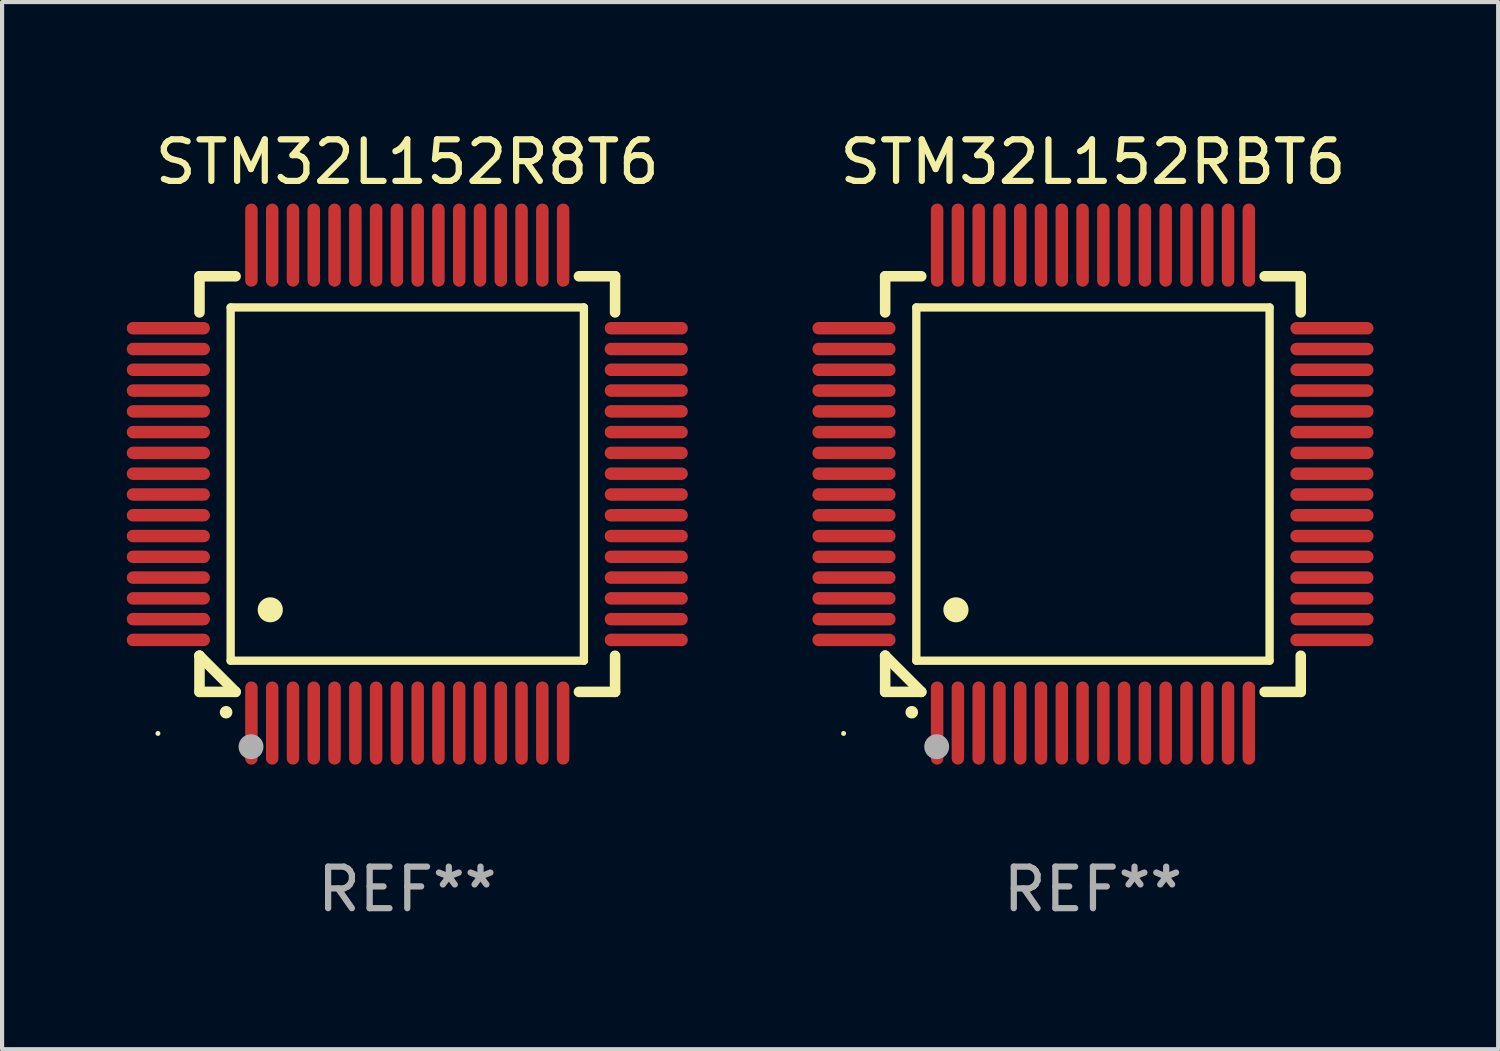
<source format=kicad_pcb>
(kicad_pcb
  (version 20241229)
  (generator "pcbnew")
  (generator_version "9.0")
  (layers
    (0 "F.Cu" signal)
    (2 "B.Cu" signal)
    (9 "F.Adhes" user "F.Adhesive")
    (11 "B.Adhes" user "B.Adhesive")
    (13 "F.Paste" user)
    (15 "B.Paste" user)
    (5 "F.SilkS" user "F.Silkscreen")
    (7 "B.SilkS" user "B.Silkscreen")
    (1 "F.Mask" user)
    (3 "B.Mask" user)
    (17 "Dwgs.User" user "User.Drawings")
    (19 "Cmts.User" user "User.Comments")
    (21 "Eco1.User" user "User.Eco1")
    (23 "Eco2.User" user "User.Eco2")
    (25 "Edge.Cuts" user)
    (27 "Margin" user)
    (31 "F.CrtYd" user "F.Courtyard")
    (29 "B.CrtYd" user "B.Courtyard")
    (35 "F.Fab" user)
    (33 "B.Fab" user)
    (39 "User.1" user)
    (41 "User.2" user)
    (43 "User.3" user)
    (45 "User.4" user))
  (footprint "STM32L152RBT6"
    (layer "F.Cu")
    (at 23.249 8.598)
    (property "Reference" "STM32L152RBT6" (at 0 -7.75 0) (layer "F.SilkS") (effects (font (size 1 1) (thickness 0.15))))
    (attr through_hole)
    (fp_line (start -5 -5) (end -4.131 -5) (stroke (width 0.254) (type solid)) (layer "F.SilkS"))
    (fp_line (start -5 -4.131) (end -5 -5) (stroke (width 0.254) (type solid)) (layer "F.SilkS"))
    (fp_line (start -5 4.131) (end -5 4.131) (stroke (width 0.254) (type solid)) (layer "F.SilkS"))
    (fp_line (start -5 5) (end -5 4.131) (stroke (width 0.254) (type solid)) (layer "F.SilkS"))
    (fp_line (start -5 4.131) (end -4.131 5) (stroke (width 0.254) (type solid)) (layer "F.SilkS"))
    (fp_line (start -4.25 -4.25) (end -4.25 4.25) (stroke (width 0.2) (type solid)) (layer "F.SilkS"))
    (fp_line (start -4.25 4.25) (end 4.25 4.25) (stroke (width 0.2) (type solid)) (layer "F.SilkS"))
    (fp_line (start -4.131 5) (end -5 5) (stroke (width 0.254) (type solid)) (layer "F.SilkS"))
    (fp_line (start 4.25 -4.25) (end -4.25 -4.25) (stroke (width 0.2) (type solid)) (layer "F.SilkS"))
    (fp_line (start 4.25 4.25) (end 4.25 -4.25) (stroke (width 0.2) (type solid)) (layer "F.SilkS"))
    (fp_line (start 5 -5) (end 4.131 -5) (stroke (width 0.254) (type solid)) (layer "F.SilkS"))
    (fp_line (start 5 -5) (end 5 -4.131) (stroke (width 0.254) (type solid)) (layer "F.SilkS"))
    (fp_line (start 5 4.131) (end 5 5) (stroke (width 0.254) (type solid)) (layer "F.SilkS"))
    (fp_line (start 5 5) (end 4.131 5) (stroke (width 0.254) (type solid)) (layer "F.SilkS"))
    (fp_arc (start -4.361265 5.489992) (mid -4.359995 5.489987) (end -4.358725 5.489992) (stroke (width 0.3) (type solid)) (layer "F.SilkS"))
    (fp_arc (start -3.299467 3.025146) (mid -3.296927 3.025135) (end -3.294387 3.025146) (stroke (width 0.6) (type solid)) (layer "F.SilkS"))
    (fp_circle (center -6 6) (end -5.97 6) (stroke (width 0.06) (type solid)) (fill no) (layer "F.SilkS"))
    (fp_circle (center -3.76 6.32) (end -3.61 6.32) (stroke (width 0.3) (type solid)) (fill no) (layer "F.Fab"))
    (fp_text user "REF**" (at 0 9.75 0) (layer "F.Fab") (effects (font (size 1 1) (thickness 0.15))))
    (pad "1" smd oval (at -3.75 5.75) (size 0.3 2) (layers "F.Cu" "F.Mask" "F.Paste"))
    (pad "2" smd oval (at -3.25 5.75) (size 0.3 2) (layers "F.Cu" "F.Mask" "F.Paste"))
    (pad "3" smd oval (at -2.75 5.75) (size 0.3 2) (layers "F.Cu" "F.Mask" "F.Paste"))
    (pad "4" smd oval (at -2.25 5.75) (size 0.3 2) (layers "F.Cu" "F.Mask" "F.Paste"))
    (pad "5" smd oval (at -1.75 5.75) (size 0.3 2) (layers "F.Cu" "F.Mask" "F.Paste"))
    (pad "6" smd oval (at -1.25 5.75) (size 0.3 2) (layers "F.Cu" "F.Mask" "F.Paste"))
    (pad "7" smd oval (at -0.75 5.75) (size 0.3 2) (layers "F.Cu" "F.Mask" "F.Paste"))
    (pad "8" smd oval (at -0.25 5.75) (size 0.3 2) (layers "F.Cu" "F.Mask" "F.Paste"))
    (pad "9" smd oval (at 0.25 5.75) (size 0.3 2) (layers "F.Cu" "F.Mask" "F.Paste"))
    (pad "10" smd oval (at 0.75 5.75) (size 0.3 2) (layers "F.Cu" "F.Mask" "F.Paste"))
    (pad "11" smd oval (at 1.25 5.75) (size 0.3 2) (layers "F.Cu" "F.Mask" "F.Paste"))
    (pad "12" smd oval (at 1.75 5.75) (size 0.3 2) (layers "F.Cu" "F.Mask" "F.Paste"))
    (pad "13" smd oval (at 2.25 5.75) (size 0.3 2) (layers "F.Cu" "F.Mask" "F.Paste"))
    (pad "14" smd oval (at 2.75 5.75) (size 0.3 2) (layers "F.Cu" "F.Mask" "F.Paste"))
    (pad "15" smd oval (at 3.25 5.75) (size 0.3 2) (layers "F.Cu" "F.Mask" "F.Paste"))
    (pad "16" smd oval (at 3.75 5.75) (size 0.3 2) (layers "F.Cu" "F.Mask" "F.Paste"))
    (pad "17" smd oval (at 5.75 3.75) (size 2 0.3) (layers "F.Cu" "F.Mask" "F.Paste"))
    (pad "18" smd oval (at 5.75 3.25) (size 2 0.3) (layers "F.Cu" "F.Mask" "F.Paste"))
    (pad "19" smd oval (at 5.75 2.75) (size 2 0.3) (layers "F.Cu" "F.Mask" "F.Paste"))
    (pad "20" smd oval (at 5.75 2.25) (size 2 0.3) (layers "F.Cu" "F.Mask" "F.Paste"))
    (pad "21" smd oval (at 5.75 1.75) (size 2 0.3) (layers "F.Cu" "F.Mask" "F.Paste"))
    (pad "22" smd oval (at 5.75 1.25) (size 2 0.3) (layers "F.Cu" "F.Mask" "F.Paste"))
    (pad "23" smd oval (at 5.75 0.75) (size 2 0.3) (layers "F.Cu" "F.Mask" "F.Paste"))
    (pad "24" smd oval (at 5.75 0.25) (size 2 0.3) (layers "F.Cu" "F.Mask" "F.Paste"))
    (pad "25" smd oval (at 5.75 -0.25) (size 2 0.3) (layers "F.Cu" "F.Mask" "F.Paste"))
    (pad "26" smd oval (at 5.75 -0.75) (size 2 0.3) (layers "F.Cu" "F.Mask" "F.Paste"))
    (pad "27" smd oval (at 5.75 -1.25) (size 2 0.3) (layers "F.Cu" "F.Mask" "F.Paste"))
    (pad "28" smd oval (at 5.75 -1.75) (size 2 0.3) (layers "F.Cu" "F.Mask" "F.Paste"))
    (pad "29" smd oval (at 5.75 -2.25) (size 2 0.3) (layers "F.Cu" "F.Mask" "F.Paste"))
    (pad "30" smd oval (at 5.75 -2.75) (size 2 0.3) (layers "F.Cu" "F.Mask" "F.Paste"))
    (pad "31" smd oval (at 5.75 -3.25) (size 2 0.3) (layers "F.Cu" "F.Mask" "F.Paste"))
    (pad "32" smd oval (at 5.75 -3.75) (size 2 0.3) (layers "F.Cu" "F.Mask" "F.Paste"))
    (pad "33" smd oval (at 3.75 -5.75) (size 0.3 2) (layers "F.Cu" "F.Mask" "F.Paste"))
    (pad "34" smd oval (at 3.25 -5.75) (size 0.3 2) (layers "F.Cu" "F.Mask" "F.Paste"))
    (pad "35" smd oval (at 2.75 -5.75) (size 0.3 2) (layers "F.Cu" "F.Mask" "F.Paste"))
    (pad "36" smd oval (at 2.25 -5.75) (size 0.3 2) (layers "F.Cu" "F.Mask" "F.Paste"))
    (pad "37" smd oval (at 1.75 -5.75) (size 0.3 2) (layers "F.Cu" "F.Mask" "F.Paste"))
    (pad "38" smd oval (at 1.25 -5.75) (size 0.3 2) (layers "F.Cu" "F.Mask" "F.Paste"))
    (pad "39" smd oval (at 0.75 -5.75) (size 0.3 2) (layers "F.Cu" "F.Mask" "F.Paste"))
    (pad "40" smd oval (at 0.25 -5.75) (size 0.3 2) (layers "F.Cu" "F.Mask" "F.Paste"))
    (pad "41" smd oval (at -0.25 -5.75) (size 0.3 2) (layers "F.Cu" "F.Mask" "F.Paste"))
    (pad "42" smd oval (at -0.75 -5.75) (size 0.3 2) (layers "F.Cu" "F.Mask" "F.Paste"))
    (pad "43" smd oval (at -1.25 -5.75) (size 0.3 2) (layers "F.Cu" "F.Mask" "F.Paste"))
    (pad "44" smd oval (at -1.75 -5.75) (size 0.3 2) (layers "F.Cu" "F.Mask" "F.Paste"))
    (pad "45" smd oval (at -2.25 -5.75) (size 0.3 2) (layers "F.Cu" "F.Mask" "F.Paste"))
    (pad "46" smd oval (at -2.75 -5.75) (size 0.3 2) (layers "F.Cu" "F.Mask" "F.Paste"))
    (pad "47" smd oval (at -3.25 -5.75) (size 0.3 2) (layers "F.Cu" "F.Mask" "F.Paste"))
    (pad "48" smd oval (at -3.75 -5.75) (size 0.3 2) (layers "F.Cu" "F.Mask" "F.Paste"))
    (pad "49" smd oval (at -5.75 -3.75) (size 2 0.3) (layers "F.Cu" "F.Mask" "F.Paste"))
    (pad "50" smd oval (at -5.75 -3.25) (size 2 0.3) (layers "F.Cu" "F.Mask" "F.Paste"))
    (pad "51" smd oval (at -5.75 -2.75) (size 2 0.3) (layers "F.Cu" "F.Mask" "F.Paste"))
    (pad "52" smd oval (at -5.75 -2.25) (size 2 0.3) (layers "F.Cu" "F.Mask" "F.Paste"))
    (pad "53" smd oval (at -5.75 -1.75) (size 2 0.3) (layers "F.Cu" "F.Mask" "F.Paste"))
    (pad "54" smd oval (at -5.75 -1.25) (size 2 0.3) (layers "F.Cu" "F.Mask" "F.Paste"))
    (pad "55" smd oval (at -5.75 -0.75) (size 2 0.3) (layers "F.Cu" "F.Mask" "F.Paste"))
    (pad "56" smd oval (at -5.75 -0.25) (size 2 0.3) (layers "F.Cu" "F.Mask" "F.Paste"))
    (pad "57" smd oval (at -5.75 0.25) (size 2 0.3) (layers "F.Cu" "F.Mask" "F.Paste"))
    (pad "58" smd oval (at -5.75 0.75) (size 2 0.3) (layers "F.Cu" "F.Mask" "F.Paste"))
    (pad "59" smd oval (at -5.75 1.25) (size 2 0.3) (layers "F.Cu" "F.Mask" "F.Paste"))
    (pad "60" smd oval (at -5.75 1.75) (size 2 0.3) (layers "F.Cu" "F.Mask" "F.Paste"))
    (pad "61" smd oval (at -5.75 2.25) (size 2 0.3) (layers "F.Cu" "F.Mask" "F.Paste"))
    (pad "62" smd oval (at -5.75 2.75) (size 2 0.3) (layers "F.Cu" "F.Mask" "F.Paste"))
    (pad "63" smd oval (at -5.75 3.25) (size 2 0.3) (layers "F.Cu" "F.Mask" "F.Paste"))
    (pad "64" smd oval (at -5.75 3.75) (size 2 0.3) (layers "F.Cu" "F.Mask" "F.Paste")))
  (footprint "STM32L152R8T6"
    (layer "F.Cu")
    (at 6.75 8.598)
    (property "Reference" "STM32L152R8T6" (at 0 -7.75 0) (layer "F.SilkS") (effects (font (size 1 1) (thickness 0.15))))
    (attr through_hole)
    (fp_line (start -5 -5) (end -4.131 -5) (stroke (width 0.254) (type solid)) (layer "F.SilkS"))
    (fp_line (start -5 -4.131) (end -5 -5) (stroke (width 0.254) (type solid)) (layer "F.SilkS"))
    (fp_line (start -5 4.131) (end -5 4.131) (stroke (width 0.254) (type solid)) (layer "F.SilkS"))
    (fp_line (start -5 5) (end -5 4.131) (stroke (width 0.254) (type solid)) (layer "F.SilkS"))
    (fp_line (start -5 4.131) (end -4.131 5) (stroke (width 0.254) (type solid)) (layer "F.SilkS"))
    (fp_line (start -4.25 -4.25) (end -4.25 4.25) (stroke (width 0.2) (type solid)) (layer "F.SilkS"))
    (fp_line (start -4.25 4.25) (end 4.25 4.25) (stroke (width 0.2) (type solid)) (layer "F.SilkS"))
    (fp_line (start -4.131 5) (end -5 5) (stroke (width 0.254) (type solid)) (layer "F.SilkS"))
    (fp_line (start 4.25 -4.25) (end -4.25 -4.25) (stroke (width 0.2) (type solid)) (layer "F.SilkS"))
    (fp_line (start 4.25 4.25) (end 4.25 -4.25) (stroke (width 0.2) (type solid)) (layer "F.SilkS"))
    (fp_line (start 5 -5) (end 4.131 -5) (stroke (width 0.254) (type solid)) (layer "F.SilkS"))
    (fp_line (start 5 -5) (end 5 -4.131) (stroke (width 0.254) (type solid)) (layer "F.SilkS"))
    (fp_line (start 5 4.131) (end 5 5) (stroke (width 0.254) (type solid)) (layer "F.SilkS"))
    (fp_line (start 5 5) (end 4.131 5) (stroke (width 0.254) (type solid)) (layer "F.SilkS"))
    (fp_arc (start -4.361265 5.489992) (mid -4.359995 5.489987) (end -4.358725 5.489992) (stroke (width 0.3) (type solid)) (layer "F.SilkS"))
    (fp_arc (start -3.299467 3.025146) (mid -3.296927 3.025135) (end -3.294387 3.025146) (stroke (width 0.6) (type solid)) (layer "F.SilkS"))
    (fp_circle (center -6 6) (end -5.97 6) (stroke (width 0.06) (type solid)) (fill no) (layer "F.SilkS"))
    (fp_circle (center -3.76 6.32) (end -3.61 6.32) (stroke (width 0.3) (type solid)) (fill no) (layer "F.Fab"))
    (fp_text user "REF**" (at 0 9.75 0) (layer "F.Fab") (effects (font (size 1 1) (thickness 0.15))))
    (pad "1" smd oval (at -3.75 5.75) (size 0.3 2) (layers "F.Cu" "F.Mask" "F.Paste"))
    (pad "2" smd oval (at -3.25 5.75) (size 0.3 2) (layers "F.Cu" "F.Mask" "F.Paste"))
    (pad "3" smd oval (at -2.75 5.75) (size 0.3 2) (layers "F.Cu" "F.Mask" "F.Paste"))
    (pad "4" smd oval (at -2.25 5.75) (size 0.3 2) (layers "F.Cu" "F.Mask" "F.Paste"))
    (pad "5" smd oval (at -1.75 5.75) (size 0.3 2) (layers "F.Cu" "F.Mask" "F.Paste"))
    (pad "6" smd oval (at -1.25 5.75) (size 0.3 2) (layers "F.Cu" "F.Mask" "F.Paste"))
    (pad "7" smd oval (at -0.75 5.75) (size 0.3 2) (layers "F.Cu" "F.Mask" "F.Paste"))
    (pad "8" smd oval (at -0.25 5.75) (size 0.3 2) (layers "F.Cu" "F.Mask" "F.Paste"))
    (pad "9" smd oval (at 0.25 5.75) (size 0.3 2) (layers "F.Cu" "F.Mask" "F.Paste"))
    (pad "10" smd oval (at 0.75 5.75) (size 0.3 2) (layers "F.Cu" "F.Mask" "F.Paste"))
    (pad "11" smd oval (at 1.25 5.75) (size 0.3 2) (layers "F.Cu" "F.Mask" "F.Paste"))
    (pad "12" smd oval (at 1.75 5.75) (size 0.3 2) (layers "F.Cu" "F.Mask" "F.Paste"))
    (pad "13" smd oval (at 2.25 5.75) (size 0.3 2) (layers "F.Cu" "F.Mask" "F.Paste"))
    (pad "14" smd oval (at 2.75 5.75) (size 0.3 2) (layers "F.Cu" "F.Mask" "F.Paste"))
    (pad "15" smd oval (at 3.25 5.75) (size 0.3 2) (layers "F.Cu" "F.Mask" "F.Paste"))
    (pad "16" smd oval (at 3.75 5.75) (size 0.3 2) (layers "F.Cu" "F.Mask" "F.Paste"))
    (pad "17" smd oval (at 5.75 3.75) (size 2 0.3) (layers "F.Cu" "F.Mask" "F.Paste"))
    (pad "18" smd oval (at 5.75 3.25) (size 2 0.3) (layers "F.Cu" "F.Mask" "F.Paste"))
    (pad "19" smd oval (at 5.75 2.75) (size 2 0.3) (layers "F.Cu" "F.Mask" "F.Paste"))
    (pad "20" smd oval (at 5.75 2.25) (size 2 0.3) (layers "F.Cu" "F.Mask" "F.Paste"))
    (pad "21" smd oval (at 5.75 1.75) (size 2 0.3) (layers "F.Cu" "F.Mask" "F.Paste"))
    (pad "22" smd oval (at 5.75 1.25) (size 2 0.3) (layers "F.Cu" "F.Mask" "F.Paste"))
    (pad "23" smd oval (at 5.75 0.75) (size 2 0.3) (layers "F.Cu" "F.Mask" "F.Paste"))
    (pad "24" smd oval (at 5.75 0.25) (size 2 0.3) (layers "F.Cu" "F.Mask" "F.Paste"))
    (pad "25" smd oval (at 5.75 -0.25) (size 2 0.3) (layers "F.Cu" "F.Mask" "F.Paste"))
    (pad "26" smd oval (at 5.75 -0.75) (size 2 0.3) (layers "F.Cu" "F.Mask" "F.Paste"))
    (pad "27" smd oval (at 5.75 -1.25) (size 2 0.3) (layers "F.Cu" "F.Mask" "F.Paste"))
    (pad "28" smd oval (at 5.75 -1.75) (size 2 0.3) (layers "F.Cu" "F.Mask" "F.Paste"))
    (pad "29" smd oval (at 5.75 -2.25) (size 2 0.3) (layers "F.Cu" "F.Mask" "F.Paste"))
    (pad "30" smd oval (at 5.75 -2.75) (size 2 0.3) (layers "F.Cu" "F.Mask" "F.Paste"))
    (pad "31" smd oval (at 5.75 -3.25) (size 2 0.3) (layers "F.Cu" "F.Mask" "F.Paste"))
    (pad "32" smd oval (at 5.75 -3.75) (size 2 0.3) (layers "F.Cu" "F.Mask" "F.Paste"))
    (pad "33" smd oval (at 3.75 -5.75) (size 0.3 2) (layers "F.Cu" "F.Mask" "F.Paste"))
    (pad "34" smd oval (at 3.25 -5.75) (size 0.3 2) (layers "F.Cu" "F.Mask" "F.Paste"))
    (pad "35" smd oval (at 2.75 -5.75) (size 0.3 2) (layers "F.Cu" "F.Mask" "F.Paste"))
    (pad "36" smd oval (at 2.25 -5.75) (size 0.3 2) (layers "F.Cu" "F.Mask" "F.Paste"))
    (pad "37" smd oval (at 1.75 -5.75) (size 0.3 2) (layers "F.Cu" "F.Mask" "F.Paste"))
    (pad "38" smd oval (at 1.25 -5.75) (size 0.3 2) (layers "F.Cu" "F.Mask" "F.Paste"))
    (pad "39" smd oval (at 0.75 -5.75) (size 0.3 2) (layers "F.Cu" "F.Mask" "F.Paste"))
    (pad "40" smd oval (at 0.25 -5.75) (size 0.3 2) (layers "F.Cu" "F.Mask" "F.Paste"))
    (pad "41" smd oval (at -0.25 -5.75) (size 0.3 2) (layers "F.Cu" "F.Mask" "F.Paste"))
    (pad "42" smd oval (at -0.75 -5.75) (size 0.3 2) (layers "F.Cu" "F.Mask" "F.Paste"))
    (pad "43" smd oval (at -1.25 -5.75) (size 0.3 2) (layers "F.Cu" "F.Mask" "F.Paste"))
    (pad "44" smd oval (at -1.75 -5.75) (size 0.3 2) (layers "F.Cu" "F.Mask" "F.Paste"))
    (pad "45" smd oval (at -2.25 -5.75) (size 0.3 2) (layers "F.Cu" "F.Mask" "F.Paste"))
    (pad "46" smd oval (at -2.75 -5.75) (size 0.3 2) (layers "F.Cu" "F.Mask" "F.Paste"))
    (pad "47" smd oval (at -3.25 -5.75) (size 0.3 2) (layers "F.Cu" "F.Mask" "F.Paste"))
    (pad "48" smd oval (at -3.75 -5.75) (size 0.3 2) (layers "F.Cu" "F.Mask" "F.Paste"))
    (pad "49" smd oval (at -5.75 -3.75) (size 2 0.3) (layers "F.Cu" "F.Mask" "F.Paste"))
    (pad "50" smd oval (at -5.75 -3.25) (size 2 0.3) (layers "F.Cu" "F.Mask" "F.Paste"))
    (pad "51" smd oval (at -5.75 -2.75) (size 2 0.3) (layers "F.Cu" "F.Mask" "F.Paste"))
    (pad "52" smd oval (at -5.75 -2.25) (size 2 0.3) (layers "F.Cu" "F.Mask" "F.Paste"))
    (pad "53" smd oval (at -5.75 -1.75) (size 2 0.3) (layers "F.Cu" "F.Mask" "F.Paste"))
    (pad "54" smd oval (at -5.75 -1.25) (size 2 0.3) (layers "F.Cu" "F.Mask" "F.Paste"))
    (pad "55" smd oval (at -5.75 -0.75) (size 2 0.3) (layers "F.Cu" "F.Mask" "F.Paste"))
    (pad "56" smd oval (at -5.75 -0.25) (size 2 0.3) (layers "F.Cu" "F.Mask" "F.Paste"))
    (pad "57" smd oval (at -5.75 0.25) (size 2 0.3) (layers "F.Cu" "F.Mask" "F.Paste"))
    (pad "58" smd oval (at -5.75 0.75) (size 2 0.3) (layers "F.Cu" "F.Mask" "F.Paste"))
    (pad "59" smd oval (at -5.75 1.25) (size 2 0.3) (layers "F.Cu" "F.Mask" "F.Paste"))
    (pad "60" smd oval (at -5.75 1.75) (size 2 0.3) (layers "F.Cu" "F.Mask" "F.Paste"))
    (pad "61" smd oval (at -5.75 2.25) (size 2 0.3) (layers "F.Cu" "F.Mask" "F.Paste"))
    (pad "62" smd oval (at -5.75 2.75) (size 2 0.3) (layers "F.Cu" "F.Mask" "F.Paste"))
    (pad "63" smd oval (at -5.75 3.25) (size 2 0.3) (layers "F.Cu" "F.Mask" "F.Paste"))
    (pad "64" smd oval (at -5.75 3.75) (size 2 0.3) (layers "F.Cu" "F.Mask" "F.Paste")))
  (gr_rect
    (start -3 -3)
    (end 32.999 22.196)
    (stroke (width 0.1) (type default))
    (fill no)
    (layer "Edge.Cuts")))
</source>
